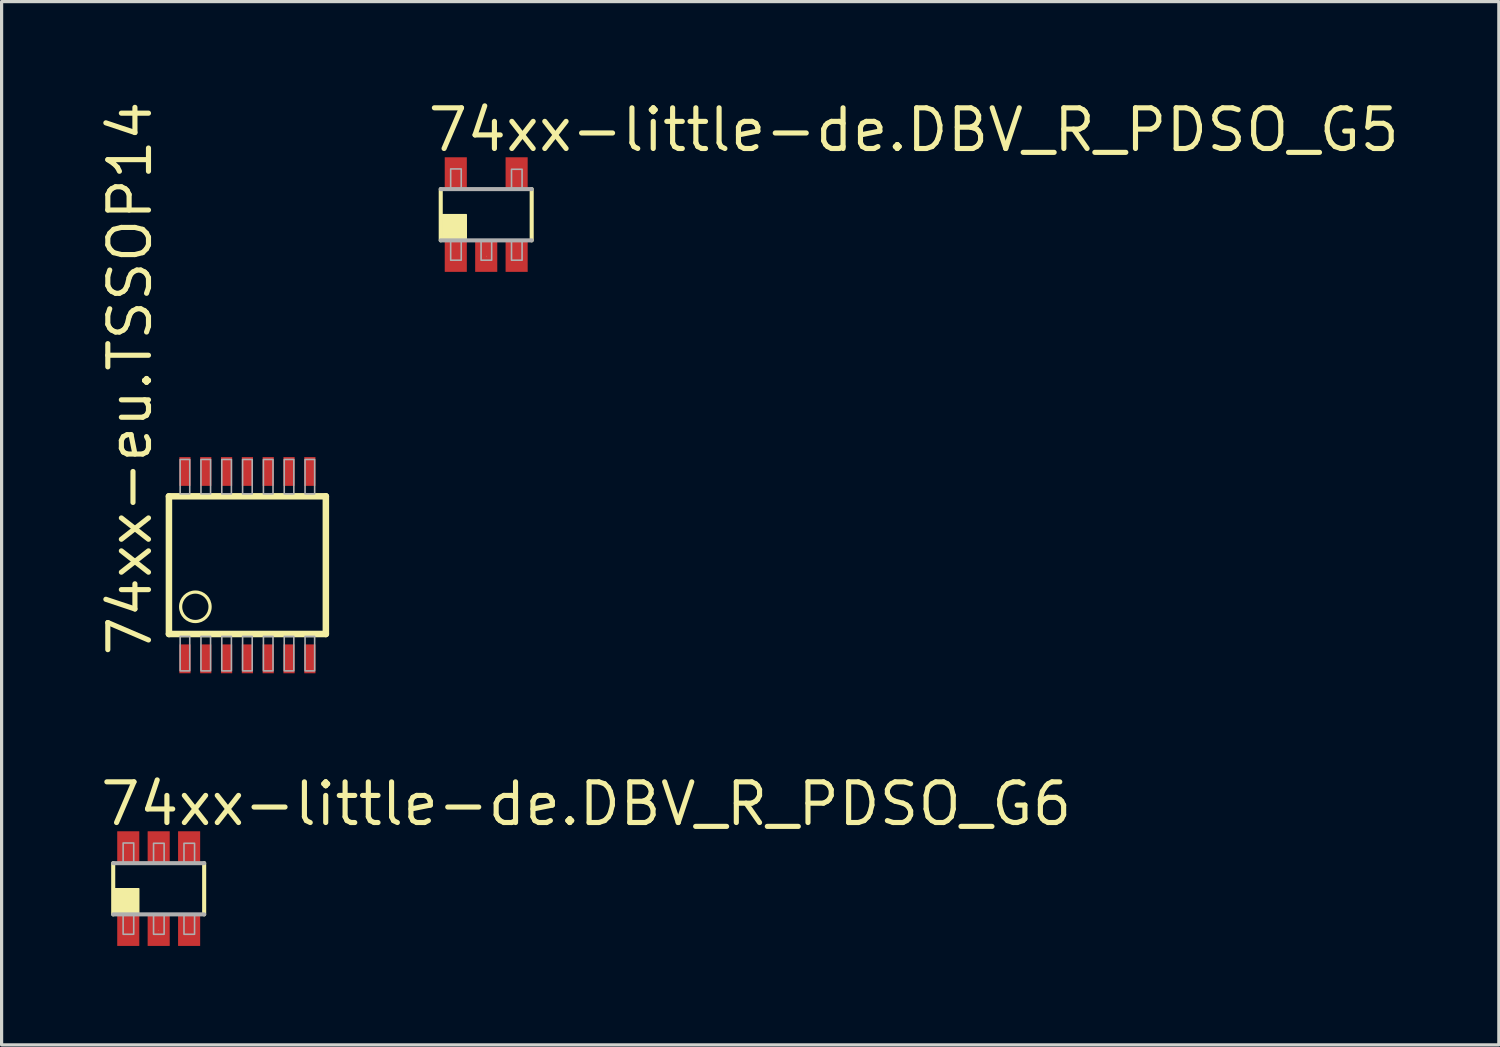
<source format=kicad_pcb>
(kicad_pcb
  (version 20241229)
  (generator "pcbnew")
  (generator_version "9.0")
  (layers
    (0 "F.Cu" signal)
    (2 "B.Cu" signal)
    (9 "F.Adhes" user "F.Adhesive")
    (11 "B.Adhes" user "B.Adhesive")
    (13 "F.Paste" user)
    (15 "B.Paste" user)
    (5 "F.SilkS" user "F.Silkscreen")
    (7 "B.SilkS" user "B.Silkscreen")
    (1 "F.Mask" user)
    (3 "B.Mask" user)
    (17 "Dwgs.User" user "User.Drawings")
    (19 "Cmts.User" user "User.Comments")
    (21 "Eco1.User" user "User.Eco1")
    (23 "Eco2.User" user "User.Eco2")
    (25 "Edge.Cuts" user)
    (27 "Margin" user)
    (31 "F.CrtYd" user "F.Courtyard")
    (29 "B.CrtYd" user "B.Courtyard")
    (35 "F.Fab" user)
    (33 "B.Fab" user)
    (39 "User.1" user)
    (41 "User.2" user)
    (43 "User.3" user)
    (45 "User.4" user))
  (footprint "74xx-little-de.DBV_R_PDSO_G6"
    (layer "F.Cu")
    (at 1.905 24.702)
    (property "Reference" "74xx-little-de.DBV_R_PDSO_G6" (at -1.905 -1.905 0) (layer "F.SilkS") (effects (font (size 1.27 1.27) (thickness 0.16)) (justify left bottom)))
    (attr smd)
    (fp_rect (start -1.35 -0.75) (end -0.55 -1.85) (stroke (width 0.05) (type default)) (fill yes) (layer "F.Mask"))
    (fp_rect (start -1.35 1.85) (end -0.55 0.75) (stroke (width 0.05) (type default)) (fill yes) (layer "F.Mask"))
    (fp_rect (start -0.4 -0.75) (end 0.4 -1.85) (stroke (width 0.05) (type default)) (fill yes) (layer "F.Mask"))
    (fp_rect (start -0.4 1.85) (end 0.4 0.75) (stroke (width 0.05) (type default)) (fill yes) (layer "F.Mask"))
    (fp_rect (start 0.55 -0.75) (end 1.35 -1.85) (stroke (width 0.05) (type default)) (fill yes) (layer "F.Mask"))
    (fp_rect (start 0.55 1.85) (end 1.35 0.75) (stroke (width 0.05) (type default)) (fill yes) (layer "F.Mask"))
    (fp_line (start -1.42 0.8) (end -1.42 -0.8) (stroke (width 0.127) (type default)) (layer "F.SilkS"))
    (fp_line (start 0 1.29) (end 0 1.3) (stroke (width 0.01) (type default)) (layer "F.SilkS"))
    (fp_line (start 1.42 -0.8) (end 1.42 0.8) (stroke (width 0.127) (type default)) (layer "F.SilkS"))
    (fp_rect (start -1.375 0.75) (end -0.625 0) (stroke (width 0.05) (type default)) (fill yes) (layer "F.SilkS"))
    (fp_line (start -1.42 -0.8) (end 1.42 -0.8) (stroke (width 0.127) (type default)) (layer "F.Fab"))
    (fp_line (start 1.42 0.8) (end -1.42 0.8) (stroke (width 0.127) (type default)) (layer "F.Fab"))
    (fp_rect (start -1.11 -0.8) (end -0.78 -1.43) (stroke (width 0.05) (type default)) (fill no) (layer "F.Fab"))
    (fp_rect (start -1.11 1.42) (end -0.78 0.8) (stroke (width 0.05) (type default)) (fill no) (layer "F.Fab"))
    (fp_rect (start -0.16 -0.8) (end 0.17 -1.42) (stroke (width 0.05) (type default)) (fill no) (layer "F.Fab"))
    (fp_rect (start -0.16 1.42) (end 0.17 0.8) (stroke (width 0.05) (type default)) (fill no) (layer "F.Fab"))
    (fp_rect (start 0.79 -0.8) (end 1.12 -1.42) (stroke (width 0.05) (type default)) (fill no) (layer "F.Fab"))
    (fp_rect (start 0.79 1.42) (end 1.12 0.8) (stroke (width 0.05) (type default)) (fill no) (layer "F.Fab"))
    (pad "1" smd roundrect (at -0.95 1.29) (size 0.69 0.99) (layers "F.Cu" "F.Mask" "F.Paste") (roundrect_rratio 0.01))
    (pad "2" smd roundrect (at 0 1.29) (size 0.69 0.99) (layers "F.Cu" "F.Mask" "F.Paste") (roundrect_rratio 0.01))
    (pad "3" smd roundrect (at 0.95 1.29) (size 0.69 0.99) (layers "F.Cu" "F.Mask" "F.Paste") (roundrect_rratio 0.01))
    (pad "4" smd roundrect (at 0.95 -1.3) (size 0.69 0.99) (layers "F.Cu" "F.Mask" "F.Paste") (roundrect_rratio 0.01))
    (pad "5" smd roundrect (at 0 -1.3) (size 0.69 0.99) (layers "F.Cu" "F.Mask" "F.Paste") (roundrect_rratio 0.01))
    (pad "6" smd roundrect (at -0.95 -1.3) (size 0.69 0.99) (layers "F.Cu" "F.Mask" "F.Paste") (roundrect_rratio 0.01)))
  (footprint "74xx-eu.TSSOP14"
    (layer "F.Cu")
    (at 4.675 14.597)
    (property "Reference" "74xx-eu.TSSOP14" (at -2.925 2.925 90) (layer "F.SilkS") (effects (font (size 1.27 1.27) (thickness 0.16)) (justify left bottom)))
    (attr smd)
    (fp_rect (start -2.175 -2.425) (end -1.725 -3.425) (stroke (width 0.05) (type default)) (fill yes) (layer "F.Mask"))
    (fp_rect (start -2.175 3.425) (end -1.725 2.425) (stroke (width 0.05) (type default)) (fill yes) (layer "F.Mask"))
    (fp_rect (start -1.525 -2.425) (end -1.075 -3.425) (stroke (width 0.05) (type default)) (fill yes) (layer "F.Mask"))
    (fp_rect (start -1.525 3.425) (end -1.075 2.425) (stroke (width 0.05) (type default)) (fill yes) (layer "F.Mask"))
    (fp_rect (start -0.875 -2.425) (end -0.425 -3.425) (stroke (width 0.05) (type default)) (fill yes) (layer "F.Mask"))
    (fp_rect (start -0.875 3.425) (end -0.425 2.425) (stroke (width 0.05) (type default)) (fill yes) (layer "F.Mask"))
    (fp_rect (start -0.225 -2.425) (end 0.225 -3.425) (stroke (width 0.05) (type default)) (fill yes) (layer "F.Mask"))
    (fp_rect (start -0.225 3.425) (end 0.225 2.425) (stroke (width 0.05) (type default)) (fill yes) (layer "F.Mask"))
    (fp_rect (start 0.425 -2.425) (end 0.875 -3.425) (stroke (width 0.05) (type default)) (fill yes) (layer "F.Mask"))
    (fp_rect (start 0.425 3.425) (end 0.875 2.425) (stroke (width 0.05) (type default)) (fill yes) (layer "F.Mask"))
    (fp_rect (start 1.075 -2.425) (end 1.525 -3.425) (stroke (width 0.05) (type default)) (fill yes) (layer "F.Mask"))
    (fp_rect (start 1.075 3.425) (end 1.525 2.425) (stroke (width 0.05) (type default)) (fill yes) (layer "F.Mask"))
    (fp_rect (start 1.725 -2.425) (end 2.175 -3.425) (stroke (width 0.05) (type default)) (fill yes) (layer "F.Mask"))
    (fp_rect (start 1.725 3.425) (end 2.175 2.425) (stroke (width 0.05) (type default)) (fill yes) (layer "F.Mask"))
    (fp_line (start -2.45 -2.15) (end 2.45 -2.15) (stroke (width 0.203) (type default)) (layer "F.SilkS"))
    (fp_line (start -2.45 2.15) (end -2.45 -2.15) (stroke (width 0.203) (type default)) (layer "F.SilkS"))
    (fp_line (start 2.45 -2.15) (end 2.45 2.15) (stroke (width 0.203) (type default)) (layer "F.SilkS"))
    (fp_line (start 2.45 2.15) (end -2.45 2.15) (stroke (width 0.203) (type default)) (layer "F.SilkS"))
    (fp_circle (center -1.625 1.3) (end -1.165 1.3) (stroke (width 0.1) (type default)) (fill no) (layer "F.SilkS"))
    (fp_rect (start -2.1 -2.225) (end -1.8 -3.3) (stroke (width 0.05) (type default)) (fill no) (layer "F.Fab"))
    (fp_rect (start -2.1 3.3) (end -1.8 2.225) (stroke (width 0.05) (type default)) (fill no) (layer "F.Fab"))
    (fp_rect (start -1.45 -2.225) (end -1.15 -3.3) (stroke (width 0.05) (type default)) (fill no) (layer "F.Fab"))
    (fp_rect (start -1.45 3.3) (end -1.15 2.225) (stroke (width 0.05) (type default)) (fill no) (layer "F.Fab"))
    (fp_rect (start -0.8 -2.225) (end -0.5 -3.3) (stroke (width 0.05) (type default)) (fill no) (layer "F.Fab"))
    (fp_rect (start -0.8 3.3) (end -0.5 2.225) (stroke (width 0.05) (type default)) (fill no) (layer "F.Fab"))
    (fp_rect (start -0.15 -2.225) (end 0.15 -3.3) (stroke (width 0.05) (type default)) (fill no) (layer "F.Fab"))
    (fp_rect (start -0.15 3.3) (end 0.15 2.225) (stroke (width 0.05) (type default)) (fill no) (layer "F.Fab"))
    (fp_rect (start 0.5 -2.225) (end 0.8 -3.3) (stroke (width 0.05) (type default)) (fill no) (layer "F.Fab"))
    (fp_rect (start 0.5 3.3) (end 0.8 2.225) (stroke (width 0.05) (type default)) (fill no) (layer "F.Fab"))
    (fp_rect (start 1.15 -2.225) (end 1.45 -3.3) (stroke (width 0.05) (type default)) (fill no) (layer "F.Fab"))
    (fp_rect (start 1.15 3.3) (end 1.45 2.225) (stroke (width 0.05) (type default)) (fill no) (layer "F.Fab"))
    (fp_rect (start 1.8 -2.225) (end 2.1 -3.3) (stroke (width 0.05) (type default)) (fill no) (layer "F.Fab"))
    (fp_rect (start 1.8 3.3) (end 2.1 2.225) (stroke (width 0.05) (type default)) (fill no) (layer "F.Fab"))
    (pad "1" smd roundrect (at -1.95 2.925) (size 0.35 0.9) (layers "F.Cu" "F.Mask" "F.Paste") (roundrect_rratio 0.01))
    (pad "2" smd roundrect (at -1.3 2.925) (size 0.35 0.9) (layers "F.Cu" "F.Mask" "F.Paste") (roundrect_rratio 0.01))
    (pad "3" smd roundrect (at -0.65 2.925) (size 0.35 0.9) (layers "F.Cu" "F.Mask" "F.Paste") (roundrect_rratio 0.01))
    (pad "4" smd roundrect (at 0 2.925) (size 0.35 0.9) (layers "F.Cu" "F.Mask" "F.Paste") (roundrect_rratio 0.01))
    (pad "5" smd roundrect (at 0.65 2.925) (size 0.35 0.9) (layers "F.Cu" "F.Mask" "F.Paste") (roundrect_rratio 0.01))
    (pad "6" smd roundrect (at 1.3 2.925) (size 0.35 0.9) (layers "F.Cu" "F.Mask" "F.Paste") (roundrect_rratio 0.01))
    (pad "7" smd roundrect (at 1.95 2.925) (size 0.35 0.9) (layers "F.Cu" "F.Mask" "F.Paste") (roundrect_rratio 0.01))
    (pad "8" smd roundrect (at 1.95 -2.925 180) (size 0.35 0.9) (layers "F.Cu" "F.Mask" "F.Paste") (roundrect_rratio 0.01))
    (pad "9" smd roundrect (at 1.3 -2.925 180) (size 0.35 0.9) (layers "F.Cu" "F.Mask" "F.Paste") (roundrect_rratio 0.01))
    (pad "10" smd roundrect (at 0.65 -2.925 180) (size 0.35 0.9) (layers "F.Cu" "F.Mask" "F.Paste") (roundrect_rratio 0.01))
    (pad "11" smd roundrect (at 0 -2.925 180) (size 0.35 0.9) (layers "F.Cu" "F.Mask" "F.Paste") (roundrect_rratio 0.01))
    (pad "12" smd roundrect (at -0.65 -2.925 180) (size 0.35 0.9) (layers "F.Cu" "F.Mask" "F.Paste") (roundrect_rratio 0.01))
    (pad "13" smd roundrect (at -1.3 -2.925 180) (size 0.35 0.9) (layers "F.Cu" "F.Mask" "F.Paste") (roundrect_rratio 0.01))
    (pad "14" smd roundrect (at -1.95 -2.925 180) (size 0.35 0.9) (layers "F.Cu" "F.Mask" "F.Paste") (roundrect_rratio 0.01)))
  (footprint "74xx-little-de.DBV_R_PDSO_G5"
    (layer "F.Cu")
    (at 12.132 3.655)
    (property "Reference" "74xx-little-de.DBV_R_PDSO_G5" (at -1.905 -1.905 0) (layer "F.SilkS") (effects (font (size 1.27 1.27) (thickness 0.16)) (justify left bottom)))
    (attr smd)
    (fp_rect (start -1.35 -0.75) (end -0.55 -1.85) (stroke (width 0.05) (type default)) (fill yes) (layer "F.Mask"))
    (fp_rect (start -1.35 1.85) (end -0.55 0.75) (stroke (width 0.05) (type default)) (fill yes) (layer "F.Mask"))
    (fp_rect (start -0.4 1.85) (end 0.4 0.75) (stroke (width 0.05) (type default)) (fill yes) (layer "F.Mask"))
    (fp_rect (start 0.55 -0.75) (end 1.35 -1.85) (stroke (width 0.05) (type default)) (fill yes) (layer "F.Mask"))
    (fp_rect (start 0.55 1.85) (end 1.35 0.75) (stroke (width 0.05) (type default)) (fill yes) (layer "F.Mask"))
    (fp_line (start -1.42 0.8) (end -1.42 -0.8) (stroke (width 0.127) (type default)) (layer "F.SilkS"))
    (fp_line (start 0 1.29) (end 0 1.3) (stroke (width 0.01) (type default)) (layer "F.SilkS"))
    (fp_line (start 1.42 -0.8) (end 1.42 0.8) (stroke (width 0.127) (type default)) (layer "F.SilkS"))
    (fp_rect (start -1.375 0.75) (end -0.625 0) (stroke (width 0.05) (type default)) (fill yes) (layer "F.SilkS"))
    (fp_line (start -1.42 -0.8) (end 1.42 -0.8) (stroke (width 0.127) (type default)) (layer "F.Fab"))
    (fp_line (start 1.42 0.8) (end -1.42 0.8) (stroke (width 0.127) (type default)) (layer "F.Fab"))
    (fp_rect (start -1.11 -0.8) (end -0.78 -1.43) (stroke (width 0.05) (type default)) (fill no) (layer "F.Fab"))
    (fp_rect (start -1.11 1.42) (end -0.78 0.8) (stroke (width 0.05) (type default)) (fill no) (layer "F.Fab"))
    (fp_rect (start -0.16 1.42) (end 0.17 0.8) (stroke (width 0.05) (type default)) (fill no) (layer "F.Fab"))
    (fp_rect (start 0.79 -0.8) (end 1.12 -1.42) (stroke (width 0.05) (type default)) (fill no) (layer "F.Fab"))
    (fp_rect (start 0.79 1.42) (end 1.12 0.8) (stroke (width 0.05) (type default)) (fill no) (layer "F.Fab"))
    (pad "1" smd roundrect (at -0.95 1.29) (size 0.69 0.99) (layers "F.Cu" "F.Mask" "F.Paste") (roundrect_rratio 0.01))
    (pad "2" smd roundrect (at 0 1.29) (size 0.69 0.99) (layers "F.Cu" "F.Mask" "F.Paste") (roundrect_rratio 0.01))
    (pad "3" smd roundrect (at 0.95 1.29) (size 0.69 0.99) (layers "F.Cu" "F.Mask" "F.Paste") (roundrect_rratio 0.01))
    (pad "4" smd roundrect (at 0.95 -1.3) (size 0.69 0.99) (layers "F.Cu" "F.Mask" "F.Paste") (roundrect_rratio 0.01))
    (pad "5" smd roundrect (at -0.95 -1.3) (size 0.69 0.99) (layers "F.Cu" "F.Mask" "F.Paste") (roundrect_rratio 0.01)))
  (gr_rect
    (start -3 -3)
    (end 43.751 29.577)
    (stroke (width 0.1) (type default))
    (fill no)
    (layer "Edge.Cuts")))
</source>
